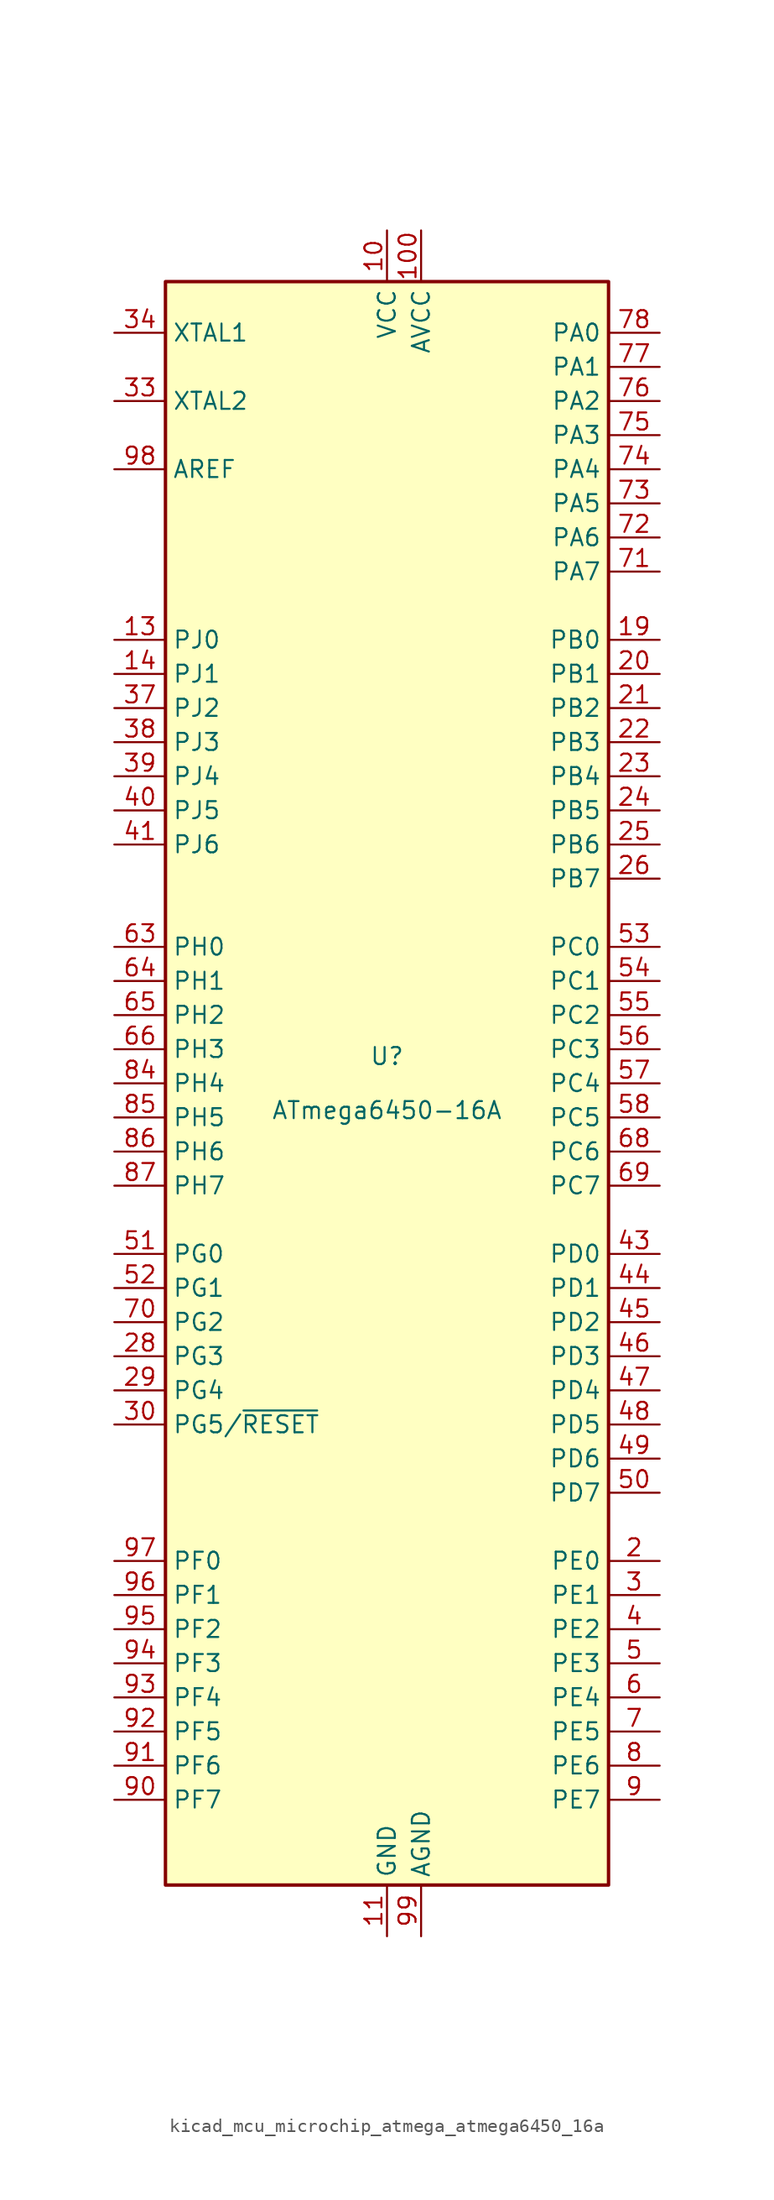
<source format=kicad_sym>
(kicad_symbol_lib
  (version 20220914)
  (generator kicad_symbol_editor)
  (symbol "kicad_mcu_microchip_atmega_atmega6450_16a"
    (property "Reference" "U"
      (at 0 1.27 0)
      (effects (font (size 1.27 1.27)) (justify bottom)))
    (property "Value" "ATmega6450-16A"
      (at 0 -1.27 0)
      (effects (font (size 1.27 1.27)) (justify top)))
    (symbol "kicad_mcu_microchip_atmega_atmega6450_16a_0_1"
      (rectangle (start -16.51 -59.69) (end 16.51 59.69) (stroke (width 0.254) (type default)) (fill (type background))))
    (symbol "kicad_mcu_microchip_atmega_atmega6450_16a_1_1"
      (pin no_connect line (at -15.24 40.64 0) (length 2.54) hide (name "NC" (effects (font (size 1.27 1.27)))) (number "1" (effects (font (size 1.27 1.27)))))
      (pin power_in line (at 0 63.5 270) (length 3.81) (name "VCC" (effects (font (size 1.27 1.27)))) (number "10" (effects (font (size 1.27 1.27)))))
      (pin power_in line (at 2.54 63.5 270) (length 3.81) (name "AVCC" (effects (font (size 1.27 1.27)))) (number "100" (effects (font (size 1.27 1.27)))))
      (pin power_in line (at 0 -63.5 90) (length 3.81) (name "GND" (effects (font (size 1.27 1.27)))) (number "11" (effects (font (size 1.27 1.27)))))
      (pin no_connect line (at -15.24 38.1 0) (length 2.54) hide (name "NC" (effects (font (size 1.27 1.27)))) (number "12" (effects (font (size 1.27 1.27)))))
      (pin bidirectional line (at -20.32 33.02 0) (length 3.81) (name "PJ0" (effects (font (size 1.27 1.27)))) (number "13" (effects (font (size 1.27 1.27)))))
      (pin bidirectional line (at -20.32 30.48 0) (length 3.81) (name "PJ1" (effects (font (size 1.27 1.27)))) (number "14" (effects (font (size 1.27 1.27)))))
      (pin no_connect line (at -15.24 35.56 0) (length 2.54) hide (name "NC" (effects (font (size 1.27 1.27)))) (number "15" (effects (font (size 1.27 1.27)))))
      (pin no_connect line (at -15.24 15.24 0) (length 2.54) hide (name "NC" (effects (font (size 1.27 1.27)))) (number "16" (effects (font (size 1.27 1.27)))))
      (pin no_connect line (at -15.24 12.7 0) (length 2.54) hide (name "NC" (effects (font (size 1.27 1.27)))) (number "17" (effects (font (size 1.27 1.27)))))
      (pin no_connect line (at -15.24 -10.16 0) (length 2.54) hide (name "NC" (effects (font (size 1.27 1.27)))) (number "18" (effects (font (size 1.27 1.27)))))
      (pin bidirectional line (at 20.32 33.02 180) (length 3.81) (name "PB0" (effects (font (size 1.27 1.27)))) (number "19" (effects (font (size 1.27 1.27)))))
      (pin bidirectional line (at 20.32 -35.56 180) (length 3.81) (name "PE0" (effects (font (size 1.27 1.27)))) (number "2" (effects (font (size 1.27 1.27)))))
      (pin bidirectional line (at 20.32 30.48 180) (length 3.81) (name "PB1" (effects (font (size 1.27 1.27)))) (number "20" (effects (font (size 1.27 1.27)))))
      (pin bidirectional line (at 20.32 27.94 180) (length 3.81) (name "PB2" (effects (font (size 1.27 1.27)))) (number "21" (effects (font (size 1.27 1.27)))))
      (pin bidirectional line (at 20.32 25.4 180) (length 3.81) (name "PB3" (effects (font (size 1.27 1.27)))) (number "22" (effects (font (size 1.27 1.27)))))
      (pin bidirectional line (at 20.32 22.86 180) (length 3.81) (name "PB4" (effects (font (size 1.27 1.27)))) (number "23" (effects (font (size 1.27 1.27)))))
      (pin bidirectional line (at 20.32 20.32 180) (length 3.81) (name "PB5" (effects (font (size 1.27 1.27)))) (number "24" (effects (font (size 1.27 1.27)))))
      (pin bidirectional line (at 20.32 17.78 180) (length 3.81) (name "PB6" (effects (font (size 1.27 1.27)))) (number "25" (effects (font (size 1.27 1.27)))))
      (pin bidirectional line (at 20.32 15.24 180) (length 3.81) (name "PB7" (effects (font (size 1.27 1.27)))) (number "26" (effects (font (size 1.27 1.27)))))
      (pin no_connect line (at -15.24 -27.94 0) (length 2.54) hide (name "NC" (effects (font (size 1.27 1.27)))) (number "27" (effects (font (size 1.27 1.27)))))
      (pin bidirectional line (at -20.32 -20.32 0) (length 3.81) (name "PG3" (effects (font (size 1.27 1.27)))) (number "28" (effects (font (size 1.27 1.27)))))
      (pin bidirectional line (at -20.32 -22.86 0) (length 3.81) (name "PG4" (effects (font (size 1.27 1.27)))) (number "29" (effects (font (size 1.27 1.27)))))
      (pin bidirectional line (at 20.32 -38.1 180) (length 3.81) (name "PE1" (effects (font (size 1.27 1.27)))) (number "3" (effects (font (size 1.27 1.27)))))
      (pin bidirectional line (at -20.32 -25.4 0) (length 3.81) (name "PG5/~{RESET}" (effects (font (size 1.27 1.27)))) (number "30" (effects (font (size 1.27 1.27)))))
      (pin passive line (at 0 63.5 270) (length 3.81) hide (name "VCC" (effects (font (size 1.27 1.27)))) (number "31" (effects (font (size 1.27 1.27)))))
      (pin passive line (at 0 -63.5 90) (length 3.81) hide (name "GND" (effects (font (size 1.27 1.27)))) (number "32" (effects (font (size 1.27 1.27)))))
      (pin output line (at -20.32 50.8 0) (length 3.81) (name "XTAL2" (effects (font (size 1.27 1.27)))) (number "33" (effects (font (size 1.27 1.27)))))
      (pin input line (at -20.32 55.88 0) (length 3.81) (name "XTAL1" (effects (font (size 1.27 1.27)))) (number "34" (effects (font (size 1.27 1.27)))))
      (pin no_connect line (at -15.24 -30.48 0) (length 2.54) hide (name "NC" (effects (font (size 1.27 1.27)))) (number "35" (effects (font (size 1.27 1.27)))))
      (pin no_connect line (at -15.24 -33.02 0) (length 2.54) hide (name "NC" (effects (font (size 1.27 1.27)))) (number "36" (effects (font (size 1.27 1.27)))))
      (pin bidirectional line (at -20.32 27.94 0) (length 3.81) (name "PJ2" (effects (font (size 1.27 1.27)))) (number "37" (effects (font (size 1.27 1.27)))))
      (pin bidirectional line (at -20.32 25.4 0) (length 3.81) (name "PJ3" (effects (font (size 1.27 1.27)))) (number "38" (effects (font (size 1.27 1.27)))))
      (pin bidirectional line (at -20.32 22.86 0) (length 3.81) (name "PJ4" (effects (font (size 1.27 1.27)))) (number "39" (effects (font (size 1.27 1.27)))))
      (pin bidirectional line (at 20.32 -40.64 180) (length 3.81) (name "PE2" (effects (font (size 1.27 1.27)))) (number "4" (effects (font (size 1.27 1.27)))))
      (pin bidirectional line (at -20.32 20.32 0) (length 3.81) (name "PJ5" (effects (font (size 1.27 1.27)))) (number "40" (effects (font (size 1.27 1.27)))))
      (pin bidirectional line (at -20.32 17.78 0) (length 3.81) (name "PJ6" (effects (font (size 1.27 1.27)))) (number "41" (effects (font (size 1.27 1.27)))))
      (pin no_connect line (at -15.24 -58.42 90) (length 2.54) hide (name "NC" (effects (font (size 1.27 1.27)))) (number "42" (effects (font (size 1.27 1.27)))))
      (pin bidirectional line (at 20.32 -12.7 180) (length 3.81) (name "PD0" (effects (font (size 1.27 1.27)))) (number "43" (effects (font (size 1.27 1.27)))))
      (pin bidirectional line (at 20.32 -15.24 180) (length 3.81) (name "PD1" (effects (font (size 1.27 1.27)))) (number "44" (effects (font (size 1.27 1.27)))))
      (pin bidirectional line (at 20.32 -17.78 180) (length 3.81) (name "PD2" (effects (font (size 1.27 1.27)))) (number "45" (effects (font (size 1.27 1.27)))))
      (pin bidirectional line (at 20.32 -20.32 180) (length 3.81) (name "PD3" (effects (font (size 1.27 1.27)))) (number "46" (effects (font (size 1.27 1.27)))))
      (pin bidirectional line (at 20.32 -22.86 180) (length 3.81) (name "PD4" (effects (font (size 1.27 1.27)))) (number "47" (effects (font (size 1.27 1.27)))))
      (pin bidirectional line (at 20.32 -25.4 180) (length 3.81) (name "PD5" (effects (font (size 1.27 1.27)))) (number "48" (effects (font (size 1.27 1.27)))))
      (pin bidirectional line (at 20.32 -27.94 180) (length 3.81) (name "PD6" (effects (font (size 1.27 1.27)))) (number "49" (effects (font (size 1.27 1.27)))))
      (pin bidirectional line (at 20.32 -43.18 180) (length 3.81) (name "PE3" (effects (font (size 1.27 1.27)))) (number "5" (effects (font (size 1.27 1.27)))))
      (pin bidirectional line (at 20.32 -30.48 180) (length 3.81) (name "PD7" (effects (font (size 1.27 1.27)))) (number "50" (effects (font (size 1.27 1.27)))))
      (pin bidirectional line (at -20.32 -12.7 0) (length 3.81) (name "PG0" (effects (font (size 1.27 1.27)))) (number "51" (effects (font (size 1.27 1.27)))))
      (pin bidirectional line (at -20.32 -15.24 0) (length 3.81) (name "PG1" (effects (font (size 1.27 1.27)))) (number "52" (effects (font (size 1.27 1.27)))))
      (pin bidirectional line (at 20.32 10.16 180) (length 3.81) (name "PC0" (effects (font (size 1.27 1.27)))) (number "53" (effects (font (size 1.27 1.27)))))
      (pin bidirectional line (at 20.32 7.62 180) (length 3.81) (name "PC1" (effects (font (size 1.27 1.27)))) (number "54" (effects (font (size 1.27 1.27)))))
      (pin bidirectional line (at 20.32 5.08 180) (length 3.81) (name "PC2" (effects (font (size 1.27 1.27)))) (number "55" (effects (font (size 1.27 1.27)))))
      (pin bidirectional line (at 20.32 2.54 180) (length 3.81) (name "PC3" (effects (font (size 1.27 1.27)))) (number "56" (effects (font (size 1.27 1.27)))))
      (pin bidirectional line (at 20.32 0 180) (length 3.81) (name "PC4" (effects (font (size 1.27 1.27)))) (number "57" (effects (font (size 1.27 1.27)))))
      (pin bidirectional line (at 20.32 -2.54 180) (length 3.81) (name "PC5" (effects (font (size 1.27 1.27)))) (number "58" (effects (font (size 1.27 1.27)))))
      (pin no_connect line (at -12.7 -58.42 90) (length 2.54) hide (name "NC" (effects (font (size 1.27 1.27)))) (number "59" (effects (font (size 1.27 1.27)))))
      (pin bidirectional line (at 20.32 -45.72 180) (length 3.81) (name "PE4" (effects (font (size 1.27 1.27)))) (number "6" (effects (font (size 1.27 1.27)))))
      (pin no_connect line (at -10.16 -58.42 90) (length 2.54) hide (name "NC" (effects (font (size 1.27 1.27)))) (number "60" (effects (font (size 1.27 1.27)))))
      (pin no_connect line (at -7.62 -58.42 90) (length 2.54) hide (name "NC" (effects (font (size 1.27 1.27)))) (number "61" (effects (font (size 1.27 1.27)))))
      (pin no_connect line (at -5.08 -58.42 90) (length 2.54) hide (name "NC" (effects (font (size 1.27 1.27)))) (number "62" (effects (font (size 1.27 1.27)))))
      (pin bidirectional line (at -20.32 10.16 0) (length 3.81) (name "PH0" (effects (font (size 1.27 1.27)))) (number "63" (effects (font (size 1.27 1.27)))))
      (pin bidirectional line (at -20.32 7.62 0) (length 3.81) (name "PH1" (effects (font (size 1.27 1.27)))) (number "64" (effects (font (size 1.27 1.27)))))
      (pin bidirectional line (at -20.32 5.08 0) (length 3.81) (name "PH2" (effects (font (size 1.27 1.27)))) (number "65" (effects (font (size 1.27 1.27)))))
      (pin bidirectional line (at -20.32 2.54 0) (length 3.81) (name "PH3" (effects (font (size 1.27 1.27)))) (number "66" (effects (font (size 1.27 1.27)))))
      (pin no_connect line (at -2.54 -58.42 90) (length 2.54) hide (name "NC" (effects (font (size 1.27 1.27)))) (number "67" (effects (font (size 1.27 1.27)))))
      (pin bidirectional line (at 20.32 -5.08 180) (length 3.81) (name "PC6" (effects (font (size 1.27 1.27)))) (number "68" (effects (font (size 1.27 1.27)))))
      (pin bidirectional line (at 20.32 -7.62 180) (length 3.81) (name "PC7" (effects (font (size 1.27 1.27)))) (number "69" (effects (font (size 1.27 1.27)))))
      (pin bidirectional line (at 20.32 -48.26 180) (length 3.81) (name "PE5" (effects (font (size 1.27 1.27)))) (number "7" (effects (font (size 1.27 1.27)))))
      (pin bidirectional line (at -20.32 -17.78 0) (length 3.81) (name "PG2" (effects (font (size 1.27 1.27)))) (number "70" (effects (font (size 1.27 1.27)))))
      (pin bidirectional line (at 20.32 38.1 180) (length 3.81) (name "PA7" (effects (font (size 1.27 1.27)))) (number "71" (effects (font (size 1.27 1.27)))))
      (pin bidirectional line (at 20.32 40.64 180) (length 3.81) (name "PA6" (effects (font (size 1.27 1.27)))) (number "72" (effects (font (size 1.27 1.27)))))
      (pin bidirectional line (at 20.32 43.18 180) (length 3.81) (name "PA5" (effects (font (size 1.27 1.27)))) (number "73" (effects (font (size 1.27 1.27)))))
      (pin bidirectional line (at 20.32 45.72 180) (length 3.81) (name "PA4" (effects (font (size 1.27 1.27)))) (number "74" (effects (font (size 1.27 1.27)))))
      (pin bidirectional line (at 20.32 48.26 180) (length 3.81) (name "PA3" (effects (font (size 1.27 1.27)))) (number "75" (effects (font (size 1.27 1.27)))))
      (pin bidirectional line (at 20.32 50.8 180) (length 3.81) (name "PA2" (effects (font (size 1.27 1.27)))) (number "76" (effects (font (size 1.27 1.27)))))
      (pin bidirectional line (at 20.32 53.34 180) (length 3.81) (name "PA1" (effects (font (size 1.27 1.27)))) (number "77" (effects (font (size 1.27 1.27)))))
      (pin bidirectional line (at 20.32 55.88 180) (length 3.81) (name "PA0" (effects (font (size 1.27 1.27)))) (number "78" (effects (font (size 1.27 1.27)))))
      (pin no_connect line (at 5.08 -58.42 90) (length 2.54) hide (name "NC" (effects (font (size 1.27 1.27)))) (number "79" (effects (font (size 1.27 1.27)))))
      (pin bidirectional line (at 20.32 -50.8 180) (length 3.81) (name "PE6" (effects (font (size 1.27 1.27)))) (number "8" (effects (font (size 1.27 1.27)))))
      (pin passive line (at 0 63.5 270) (length 3.81) hide (name "VCC" (effects (font (size 1.27 1.27)))) (number "80" (effects (font (size 1.27 1.27)))))
      (pin passive line (at 0 -63.5 90) (length 3.81) hide (name "GND" (effects (font (size 1.27 1.27)))) (number "81" (effects (font (size 1.27 1.27)))))
      (pin no_connect line (at 7.62 -58.42 90) (length 2.54) hide (name "NC" (effects (font (size 1.27 1.27)))) (number "82" (effects (font (size 1.27 1.27)))))
      (pin no_connect line (at 10.16 -58.42 90) (length 2.54) hide (name "NC" (effects (font (size 1.27 1.27)))) (number "83" (effects (font (size 1.27 1.27)))))
      (pin bidirectional line (at -20.32 0 0) (length 3.81) (name "PH4" (effects (font (size 1.27 1.27)))) (number "84" (effects (font (size 1.27 1.27)))))
      (pin bidirectional line (at -20.32 -2.54 0) (length 3.81) (name "PH5" (effects (font (size 1.27 1.27)))) (number "85" (effects (font (size 1.27 1.27)))))
      (pin bidirectional line (at -20.32 -5.08 0) (length 3.81) (name "PH6" (effects (font (size 1.27 1.27)))) (number "86" (effects (font (size 1.27 1.27)))))
      (pin bidirectional line (at -20.32 -7.62 0) (length 3.81) (name "PH7" (effects (font (size 1.27 1.27)))) (number "87" (effects (font (size 1.27 1.27)))))
      (pin no_connect line (at 12.7 -58.42 90) (length 2.54) hide (name "NC" (effects (font (size 1.27 1.27)))) (number "88" (effects (font (size 1.27 1.27)))))
      (pin no_connect line (at 15.24 -58.42 90) (length 2.54) hide (name "NC" (effects (font (size 1.27 1.27)))) (number "89" (effects (font (size 1.27 1.27)))))
      (pin bidirectional line (at 20.32 -53.34 180) (length 3.81) (name "PE7" (effects (font (size 1.27 1.27)))) (number "9" (effects (font (size 1.27 1.27)))))
      (pin bidirectional line (at -20.32 -53.34 0) (length 3.81) (name "PF7" (effects (font (size 1.27 1.27)))) (number "90" (effects (font (size 1.27 1.27)))))
      (pin bidirectional line (at -20.32 -50.8 0) (length 3.81) (name "PF6" (effects (font (size 1.27 1.27)))) (number "91" (effects (font (size 1.27 1.27)))))
      (pin bidirectional line (at -20.32 -48.26 0) (length 3.81) (name "PF5" (effects (font (size 1.27 1.27)))) (number "92" (effects (font (size 1.27 1.27)))))
      (pin bidirectional line (at -20.32 -45.72 0) (length 3.81) (name "PF4" (effects (font (size 1.27 1.27)))) (number "93" (effects (font (size 1.27 1.27)))))
      (pin bidirectional line (at -20.32 -43.18 0) (length 3.81) (name "PF3" (effects (font (size 1.27 1.27)))) (number "94" (effects (font (size 1.27 1.27)))))
      (pin bidirectional line (at -20.32 -40.64 0) (length 3.81) (name "PF2" (effects (font (size 1.27 1.27)))) (number "95" (effects (font (size 1.27 1.27)))))
      (pin bidirectional line (at -20.32 -38.1 0) (length 3.81) (name "PF1" (effects (font (size 1.27 1.27)))) (number "96" (effects (font (size 1.27 1.27)))))
      (pin bidirectional line (at -20.32 -35.56 0) (length 3.81) (name "PF0" (effects (font (size 1.27 1.27)))) (number "97" (effects (font (size 1.27 1.27)))))
      (pin passive line (at -20.32 45.72 0) (length 3.81) (name "AREF" (effects (font (size 1.27 1.27)))) (number "98" (effects (font (size 1.27 1.27)))))
      (pin power_in line (at 2.54 -63.5 90) (length 3.81) (name "AGND" (effects (font (size 1.27 1.27)))) (number "99" (effects (font (size 1.27 1.27))))))))
</source>
